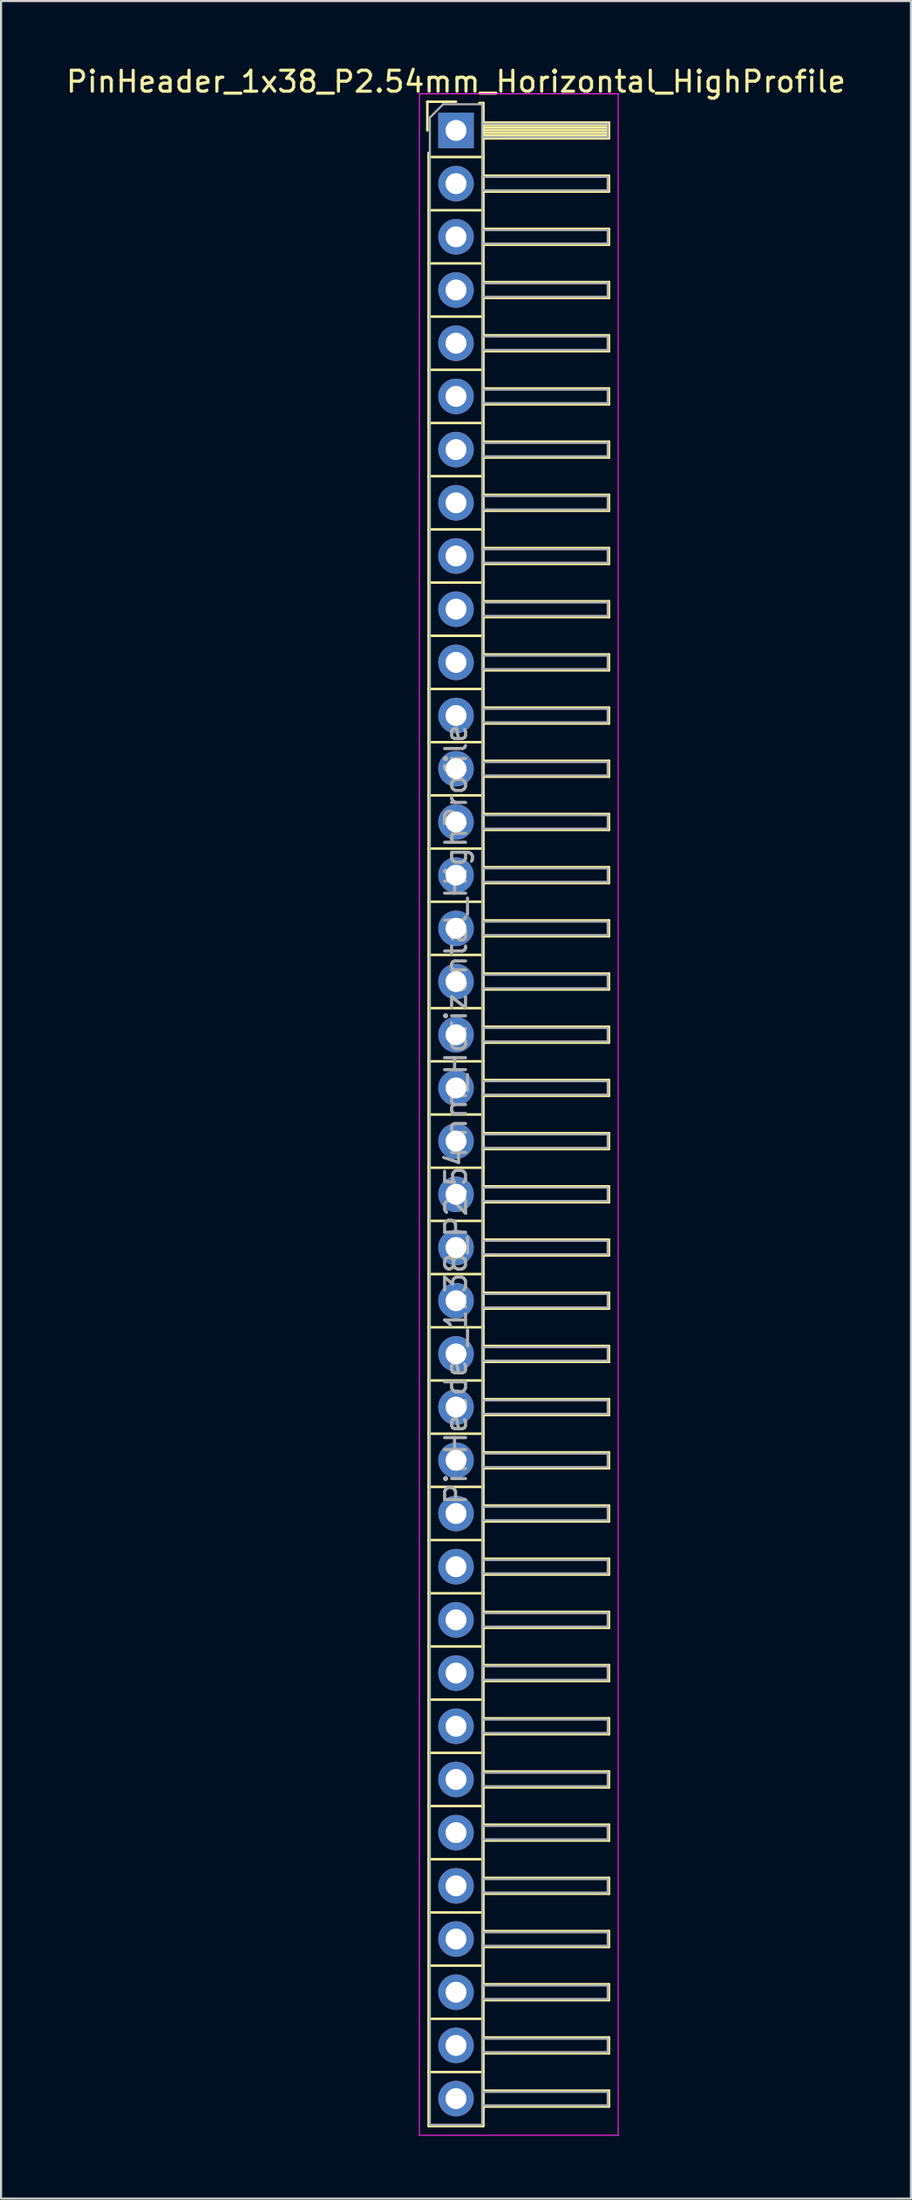
<source format=kicad_pcb>
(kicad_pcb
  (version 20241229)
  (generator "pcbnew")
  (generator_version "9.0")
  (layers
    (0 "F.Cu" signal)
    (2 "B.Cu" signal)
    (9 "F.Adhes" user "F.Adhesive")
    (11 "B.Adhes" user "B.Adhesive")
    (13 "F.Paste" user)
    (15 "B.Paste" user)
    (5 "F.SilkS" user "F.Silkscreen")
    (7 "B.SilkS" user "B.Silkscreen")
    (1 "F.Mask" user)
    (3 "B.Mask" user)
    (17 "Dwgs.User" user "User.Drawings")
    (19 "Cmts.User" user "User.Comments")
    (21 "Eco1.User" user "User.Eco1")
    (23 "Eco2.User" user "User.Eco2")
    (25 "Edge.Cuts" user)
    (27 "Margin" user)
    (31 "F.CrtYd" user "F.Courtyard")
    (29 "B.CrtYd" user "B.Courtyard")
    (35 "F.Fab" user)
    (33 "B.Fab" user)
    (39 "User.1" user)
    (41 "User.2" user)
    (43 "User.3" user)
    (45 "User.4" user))
  (footprint "PinHeader_1x38_P2.54mm_Horizontal_HighProfile"
    (layer "F.Cu")
    (at 18.744 3.178)
    (property "Reference" "PinHeader_1x38_P2.54mm_Horizontal_HighProfile" (at 0 -2.33 0) (layer "F.SilkS") (effects (font (size 1 1) (thickness 0.15))))
    (attr through_hole)
    (fp_line (start -1.37 -1.37) (end -1.37 0) (stroke (width 0.12) (type solid)) (layer "F.SilkS"))
    (fp_line (start -1.37 -1.37) (end 0 -1.37) (stroke (width 0.12) (type solid)) (layer "F.SilkS"))
    (fp_line (start -1.31 1.27) (end -1.31 1.07) (stroke (width 0.12) (type solid)) (layer "F.SilkS"))
    (fp_line (start -1.31 1.27) (end -1.31 3.81) (stroke (width 0.12) (type solid)) (layer "F.SilkS"))
    (fp_line (start -1.31 1.27) (end 1.31 1.27) (stroke (width 0.12) (type solid)) (layer "F.SilkS"))
    (fp_line (start -1.31 3.81) (end -1.31 6.35) (stroke (width 0.12) (type solid)) (layer "F.SilkS"))
    (fp_line (start -1.31 3.81) (end 1.31 3.81) (stroke (width 0.12) (type solid)) (layer "F.SilkS"))
    (fp_line (start -1.31 6.35) (end -1.31 8.89) (stroke (width 0.12) (type solid)) (layer "F.SilkS"))
    (fp_line (start -1.31 6.35) (end 1.31 6.35) (stroke (width 0.12) (type solid)) (layer "F.SilkS"))
    (fp_line (start -1.31 8.89) (end -1.31 11.43) (stroke (width 0.12) (type solid)) (layer "F.SilkS"))
    (fp_line (start -1.31 8.89) (end 1.31 8.89) (stroke (width 0.12) (type solid)) (layer "F.SilkS"))
    (fp_line (start -1.31 11.43) (end -1.31 13.97) (stroke (width 0.12) (type solid)) (layer "F.SilkS"))
    (fp_line (start -1.31 11.43) (end 1.31 11.43) (stroke (width 0.12) (type solid)) (layer "F.SilkS"))
    (fp_line (start -1.31 13.97) (end -1.31 16.51) (stroke (width 0.12) (type solid)) (layer "F.SilkS"))
    (fp_line (start -1.31 13.97) (end 1.31 13.97) (stroke (width 0.12) (type solid)) (layer "F.SilkS"))
    (fp_line (start -1.31 16.51) (end -1.31 19.05) (stroke (width 0.12) (type solid)) (layer "F.SilkS"))
    (fp_line (start -1.31 16.51) (end 1.31 16.51) (stroke (width 0.12) (type solid)) (layer "F.SilkS"))
    (fp_line (start -1.31 19.05) (end -1.31 21.59) (stroke (width 0.12) (type solid)) (layer "F.SilkS"))
    (fp_line (start -1.31 19.05) (end 1.31 19.05) (stroke (width 0.12) (type solid)) (layer "F.SilkS"))
    (fp_line (start -1.31 21.59) (end -1.31 24.13) (stroke (width 0.12) (type solid)) (layer "F.SilkS"))
    (fp_line (start -1.31 21.59) (end 1.31 21.59) (stroke (width 0.12) (type solid)) (layer "F.SilkS"))
    (fp_line (start -1.31 24.13) (end -1.31 26.67) (stroke (width 0.12) (type solid)) (layer "F.SilkS"))
    (fp_line (start -1.31 24.13) (end 1.31 24.13) (stroke (width 0.12) (type solid)) (layer "F.SilkS"))
    (fp_line (start -1.31 26.67) (end -1.31 29.21) (stroke (width 0.12) (type solid)) (layer "F.SilkS"))
    (fp_line (start -1.31 26.67) (end 1.31 26.67) (stroke (width 0.12) (type solid)) (layer "F.SilkS"))
    (fp_line (start -1.31 29.21) (end -1.31 31.75) (stroke (width 0.12) (type solid)) (layer "F.SilkS"))
    (fp_line (start -1.31 29.21) (end 1.31 29.21) (stroke (width 0.12) (type solid)) (layer "F.SilkS"))
    (fp_line (start -1.31 31.75) (end -1.31 34.29) (stroke (width 0.12) (type solid)) (layer "F.SilkS"))
    (fp_line (start -1.31 31.75) (end 1.31 31.75) (stroke (width 0.12) (type solid)) (layer "F.SilkS"))
    (fp_line (start -1.31 34.29) (end -1.31 36.83) (stroke (width 0.12) (type solid)) (layer "F.SilkS"))
    (fp_line (start -1.31 34.29) (end 1.31 34.29) (stroke (width 0.12) (type solid)) (layer "F.SilkS"))
    (fp_line (start -1.31 36.83) (end -1.31 39.37) (stroke (width 0.12) (type solid)) (layer "F.SilkS"))
    (fp_line (start -1.31 36.83) (end 1.31 36.83) (stroke (width 0.12) (type solid)) (layer "F.SilkS"))
    (fp_line (start -1.31 39.37) (end -1.31 41.91) (stroke (width 0.12) (type solid)) (layer "F.SilkS"))
    (fp_line (start -1.31 39.37) (end 1.31 39.37) (stroke (width 0.12) (type solid)) (layer "F.SilkS"))
    (fp_line (start -1.31 41.91) (end -1.31 44.45) (stroke (width 0.12) (type solid)) (layer "F.SilkS"))
    (fp_line (start -1.31 41.91) (end 1.31 41.91) (stroke (width 0.12) (type solid)) (layer "F.SilkS"))
    (fp_line (start -1.31 44.45) (end -1.31 46.99) (stroke (width 0.12) (type solid)) (layer "F.SilkS"))
    (fp_line (start -1.31 44.45) (end 1.31 44.45) (stroke (width 0.12) (type solid)) (layer "F.SilkS"))
    (fp_line (start -1.31 46.99) (end -1.31 49.53) (stroke (width 0.12) (type solid)) (layer "F.SilkS"))
    (fp_line (start -1.31 46.99) (end 1.31 46.99) (stroke (width 0.12) (type solid)) (layer "F.SilkS"))
    (fp_line (start -1.31 49.53) (end -1.31 52.07) (stroke (width 0.12) (type solid)) (layer "F.SilkS"))
    (fp_line (start -1.31 49.53) (end 1.31 49.53) (stroke (width 0.12) (type solid)) (layer "F.SilkS"))
    (fp_line (start -1.31 52.07) (end -1.31 54.61) (stroke (width 0.12) (type solid)) (layer "F.SilkS"))
    (fp_line (start -1.31 52.07) (end 1.31 52.07) (stroke (width 0.12) (type solid)) (layer "F.SilkS"))
    (fp_line (start -1.31 54.61) (end -1.31 57.15) (stroke (width 0.12) (type solid)) (layer "F.SilkS"))
    (fp_line (start -1.31 54.61) (end 1.31 54.61) (stroke (width 0.12) (type solid)) (layer "F.SilkS"))
    (fp_line (start -1.31 57.15) (end -1.31 59.69) (stroke (width 0.12) (type solid)) (layer "F.SilkS"))
    (fp_line (start -1.31 57.15) (end 1.31 57.15) (stroke (width 0.12) (type solid)) (layer "F.SilkS"))
    (fp_line (start -1.31 59.69) (end -1.31 62.23) (stroke (width 0.12) (type solid)) (layer "F.SilkS"))
    (fp_line (start -1.31 59.69) (end 1.31 59.69) (stroke (width 0.12) (type solid)) (layer "F.SilkS"))
    (fp_line (start -1.31 62.23) (end -1.31 64.77) (stroke (width 0.12) (type solid)) (layer "F.SilkS"))
    (fp_line (start -1.31 62.23) (end 1.31 62.23) (stroke (width 0.12) (type solid)) (layer "F.SilkS"))
    (fp_line (start -1.31 64.77) (end -1.31 67.31) (stroke (width 0.12) (type solid)) (layer "F.SilkS"))
    (fp_line (start -1.31 64.77) (end 1.31 64.77) (stroke (width 0.12) (type solid)) (layer "F.SilkS"))
    (fp_line (start -1.31 67.31) (end -1.31 69.85) (stroke (width 0.12) (type solid)) (layer "F.SilkS"))
    (fp_line (start -1.31 67.31) (end 1.31 67.31) (stroke (width 0.12) (type solid)) (layer "F.SilkS"))
    (fp_line (start -1.31 69.85) (end -1.31 72.39) (stroke (width 0.12) (type solid)) (layer "F.SilkS"))
    (fp_line (start -1.31 69.85) (end 1.31 69.85) (stroke (width 0.12) (type solid)) (layer "F.SilkS"))
    (fp_line (start -1.31 72.39) (end -1.31 74.93) (stroke (width 0.12) (type solid)) (layer "F.SilkS"))
    (fp_line (start -1.31 72.39) (end 1.31 72.39) (stroke (width 0.12) (type solid)) (layer "F.SilkS"))
    (fp_line (start -1.31 74.93) (end -1.31 77.47) (stroke (width 0.12) (type solid)) (layer "F.SilkS"))
    (fp_line (start -1.31 74.93) (end 1.31 74.93) (stroke (width 0.12) (type solid)) (layer "F.SilkS"))
    (fp_line (start -1.31 77.47) (end -1.31 80.01) (stroke (width 0.12) (type solid)) (layer "F.SilkS"))
    (fp_line (start -1.31 77.47) (end 1.31 77.47) (stroke (width 0.12) (type solid)) (layer "F.SilkS"))
    (fp_line (start -1.31 80.01) (end -1.31 82.55) (stroke (width 0.12) (type solid)) (layer "F.SilkS"))
    (fp_line (start -1.31 80.01) (end 1.31 80.01) (stroke (width 0.12) (type solid)) (layer "F.SilkS"))
    (fp_line (start -1.31 82.55) (end -1.31 85.09) (stroke (width 0.12) (type solid)) (layer "F.SilkS"))
    (fp_line (start -1.31 82.55) (end 1.31 82.55) (stroke (width 0.12) (type solid)) (layer "F.SilkS"))
    (fp_line (start -1.31 85.09) (end -1.31 87.63) (stroke (width 0.12) (type solid)) (layer "F.SilkS"))
    (fp_line (start -1.31 85.09) (end 1.31 85.09) (stroke (width 0.12) (type solid)) (layer "F.SilkS"))
    (fp_line (start -1.31 87.63) (end -1.31 90.17) (stroke (width 0.12) (type solid)) (layer "F.SilkS"))
    (fp_line (start -1.31 87.63) (end 1.31 87.63) (stroke (width 0.12) (type solid)) (layer "F.SilkS"))
    (fp_line (start -1.31 90.17) (end -1.31 92.71) (stroke (width 0.12) (type solid)) (layer "F.SilkS"))
    (fp_line (start -1.31 90.17) (end 1.31 90.17) (stroke (width 0.12) (type solid)) (layer "F.SilkS"))
    (fp_line (start -1.31 92.71) (end -1.31 95.29) (stroke (width 0.12) (type solid)) (layer "F.SilkS"))
    (fp_line (start -1.31 92.71) (end 1.31 92.71) (stroke (width 0.12) (type solid)) (layer "F.SilkS"))
    (fp_line (start -1.31 95.29) (end 1.31 95.29) (stroke (width 0.12) (type solid)) (layer "F.SilkS"))
    (fp_line (start 1.11 -1.31) (end 1.31 -1.31) (stroke (width 0.12) (type solid)) (layer "F.SilkS"))
    (fp_line (start 1.31 -1.31) (end 1.31 1.31) (stroke (width 0.12) (type solid)) (layer "F.SilkS"))
    (fp_line (start 1.31 -0.38) (end 7.31 -0.38) (stroke (width 0.12) (type solid)) (layer "F.SilkS"))
    (fp_line (start 1.31 -0.26) (end 7.31 -0.26) (stroke (width 0.12) (type solid)) (layer "F.SilkS"))
    (fp_line (start 1.31 -0.14) (end 7.31 -0.14) (stroke (width 0.12) (type solid)) (layer "F.SilkS"))
    (fp_line (start 1.31 -0.02) (end 7.31 -0.02) (stroke (width 0.12) (type solid)) (layer "F.SilkS"))
    (fp_line (start 1.31 0.1) (end 7.31 0.1) (stroke (width 0.12) (type solid)) (layer "F.SilkS"))
    (fp_line (start 1.31 0.22) (end 7.31 0.22) (stroke (width 0.12) (type solid)) (layer "F.SilkS"))
    (fp_line (start 1.31 0.34) (end 7.31 0.34) (stroke (width 0.12) (type solid)) (layer "F.SilkS"))
    (fp_line (start 1.31 0.38) (end 7.31 0.38) (stroke (width 0.12) (type solid)) (layer "F.SilkS"))
    (fp_line (start 1.31 1.27) (end 1.31 3.81) (stroke (width 0.12) (type solid)) (layer "F.SilkS"))
    (fp_line (start 1.31 2.16) (end 7.31 2.16) (stroke (width 0.12) (type solid)) (layer "F.SilkS"))
    (fp_line (start 1.31 2.92) (end 7.31 2.92) (stroke (width 0.12) (type solid)) (layer "F.SilkS"))
    (fp_line (start 1.31 3.81) (end 1.31 6.35) (stroke (width 0.12) (type solid)) (layer "F.SilkS"))
    (fp_line (start 1.31 4.7) (end 7.31 4.7) (stroke (width 0.12) (type solid)) (layer "F.SilkS"))
    (fp_line (start 1.31 5.46) (end 7.31 5.46) (stroke (width 0.12) (type solid)) (layer "F.SilkS"))
    (fp_line (start 1.31 6.35) (end 1.31 8.89) (stroke (width 0.12) (type solid)) (layer "F.SilkS"))
    (fp_line (start 1.31 7.24) (end 7.31 7.24) (stroke (width 0.12) (type solid)) (layer "F.SilkS"))
    (fp_line (start 1.31 8) (end 7.31 8) (stroke (width 0.12) (type solid)) (layer "F.SilkS"))
    (fp_line (start 1.31 8.89) (end 1.31 11.43) (stroke (width 0.12) (type solid)) (layer "F.SilkS"))
    (fp_line (start 1.31 9.78) (end 7.31 9.78) (stroke (width 0.12) (type solid)) (layer "F.SilkS"))
    (fp_line (start 1.31 10.54) (end 7.31 10.54) (stroke (width 0.12) (type solid)) (layer "F.SilkS"))
    (fp_line (start 1.31 11.43) (end 1.31 13.97) (stroke (width 0.12) (type solid)) (layer "F.SilkS"))
    (fp_line (start 1.31 12.32) (end 7.31 12.32) (stroke (width 0.12) (type solid)) (layer "F.SilkS"))
    (fp_line (start 1.31 13.08) (end 7.31 13.08) (stroke (width 0.12) (type solid)) (layer "F.SilkS"))
    (fp_line (start 1.31 13.97) (end 1.31 16.51) (stroke (width 0.12) (type solid)) (layer "F.SilkS"))
    (fp_line (start 1.31 14.86) (end 7.31 14.86) (stroke (width 0.12) (type solid)) (layer "F.SilkS"))
    (fp_line (start 1.31 15.62) (end 7.31 15.62) (stroke (width 0.12) (type solid)) (layer "F.SilkS"))
    (fp_line (start 1.31 16.51) (end 1.31 19.05) (stroke (width 0.12) (type solid)) (layer "F.SilkS"))
    (fp_line (start 1.31 17.4) (end 7.31 17.4) (stroke (width 0.12) (type solid)) (layer "F.SilkS"))
    (fp_line (start 1.31 18.16) (end 7.31 18.16) (stroke (width 0.12) (type solid)) (layer "F.SilkS"))
    (fp_line (start 1.31 19.05) (end 1.31 21.59) (stroke (width 0.12) (type solid)) (layer "F.SilkS"))
    (fp_line (start 1.31 19.94) (end 7.31 19.94) (stroke (width 0.12) (type solid)) (layer "F.SilkS"))
    (fp_line (start 1.31 20.7) (end 7.31 20.7) (stroke (width 0.12) (type solid)) (layer "F.SilkS"))
    (fp_line (start 1.31 21.59) (end 1.31 24.13) (stroke (width 0.12) (type solid)) (layer "F.SilkS"))
    (fp_line (start 1.31 22.48) (end 7.31 22.48) (stroke (width 0.12) (type solid)) (layer "F.SilkS"))
    (fp_line (start 1.31 23.24) (end 7.31 23.24) (stroke (width 0.12) (type solid)) (layer "F.SilkS"))
    (fp_line (start 1.31 24.13) (end 1.31 26.67) (stroke (width 0.12) (type solid)) (layer "F.SilkS"))
    (fp_line (start 1.31 25.02) (end 7.31 25.02) (stroke (width 0.12) (type solid)) (layer "F.SilkS"))
    (fp_line (start 1.31 25.78) (end 7.31 25.78) (stroke (width 0.12) (type solid)) (layer "F.SilkS"))
    (fp_line (start 1.31 26.67) (end 1.31 29.21) (stroke (width 0.12) (type solid)) (layer "F.SilkS"))
    (fp_line (start 1.31 27.56) (end 7.31 27.56) (stroke (width 0.12) (type solid)) (layer "F.SilkS"))
    (fp_line (start 1.31 28.32) (end 7.31 28.32) (stroke (width 0.12) (type solid)) (layer "F.SilkS"))
    (fp_line (start 1.31 29.21) (end 1.31 31.75) (stroke (width 0.12) (type solid)) (layer "F.SilkS"))
    (fp_line (start 1.31 30.1) (end 7.31 30.1) (stroke (width 0.12) (type solid)) (layer "F.SilkS"))
    (fp_line (start 1.31 30.86) (end 7.31 30.86) (stroke (width 0.12) (type solid)) (layer "F.SilkS"))
    (fp_line (start 1.31 31.75) (end 1.31 34.29) (stroke (width 0.12) (type solid)) (layer "F.SilkS"))
    (fp_line (start 1.31 32.64) (end 7.31 32.64) (stroke (width 0.12) (type solid)) (layer "F.SilkS"))
    (fp_line (start 1.31 33.4) (end 7.31 33.4) (stroke (width 0.12) (type solid)) (layer "F.SilkS"))
    (fp_line (start 1.31 34.29) (end 1.31 36.83) (stroke (width 0.12) (type solid)) (layer "F.SilkS"))
    (fp_line (start 1.31 35.18) (end 7.31 35.18) (stroke (width 0.12) (type solid)) (layer "F.SilkS"))
    (fp_line (start 1.31 35.94) (end 7.31 35.94) (stroke (width 0.12) (type solid)) (layer "F.SilkS"))
    (fp_line (start 1.31 36.83) (end 1.31 39.37) (stroke (width 0.12) (type solid)) (layer "F.SilkS"))
    (fp_line (start 1.31 37.72) (end 7.31 37.72) (stroke (width 0.12) (type solid)) (layer "F.SilkS"))
    (fp_line (start 1.31 38.48) (end 7.31 38.48) (stroke (width 0.12) (type solid)) (layer "F.SilkS"))
    (fp_line (start 1.31 39.37) (end 1.31 41.91) (stroke (width 0.12) (type solid)) (layer "F.SilkS"))
    (fp_line (start 1.31 40.26) (end 7.31 40.26) (stroke (width 0.12) (type solid)) (layer "F.SilkS"))
    (fp_line (start 1.31 41.02) (end 7.31 41.02) (stroke (width 0.12) (type solid)) (layer "F.SilkS"))
    (fp_line (start 1.31 41.91) (end 1.31 44.45) (stroke (width 0.12) (type solid)) (layer "F.SilkS"))
    (fp_line (start 1.31 42.8) (end 7.31 42.8) (stroke (width 0.12) (type solid)) (layer "F.SilkS"))
    (fp_line (start 1.31 43.56) (end 7.31 43.56) (stroke (width 0.12) (type solid)) (layer "F.SilkS"))
    (fp_line (start 1.31 44.45) (end 1.31 46.99) (stroke (width 0.12) (type solid)) (layer "F.SilkS"))
    (fp_line (start 1.31 45.34) (end 7.31 45.34) (stroke (width 0.12) (type solid)) (layer "F.SilkS"))
    (fp_line (start 1.31 46.1) (end 7.31 46.1) (stroke (width 0.12) (type solid)) (layer "F.SilkS"))
    (fp_line (start 1.31 46.99) (end 1.31 49.53) (stroke (width 0.12) (type solid)) (layer "F.SilkS"))
    (fp_line (start 1.31 47.88) (end 7.31 47.88) (stroke (width 0.12) (type solid)) (layer "F.SilkS"))
    (fp_line (start 1.31 48.64) (end 7.31 48.64) (stroke (width 0.12) (type solid)) (layer "F.SilkS"))
    (fp_line (start 1.31 49.53) (end 1.31 52.07) (stroke (width 0.12) (type solid)) (layer "F.SilkS"))
    (fp_line (start 1.31 50.42) (end 7.31 50.42) (stroke (width 0.12) (type solid)) (layer "F.SilkS"))
    (fp_line (start 1.31 51.18) (end 7.31 51.18) (stroke (width 0.12) (type solid)) (layer "F.SilkS"))
    (fp_line (start 1.31 52.07) (end 1.31 54.61) (stroke (width 0.12) (type solid)) (layer "F.SilkS"))
    (fp_line (start 1.31 52.96) (end 7.31 52.96) (stroke (width 0.12) (type solid)) (layer "F.SilkS"))
    (fp_line (start 1.31 53.72) (end 7.31 53.72) (stroke (width 0.12) (type solid)) (layer "F.SilkS"))
    (fp_line (start 1.31 54.61) (end 1.31 57.15) (stroke (width 0.12) (type solid)) (layer "F.SilkS"))
    (fp_line (start 1.31 55.5) (end 7.31 55.5) (stroke (width 0.12) (type solid)) (layer "F.SilkS"))
    (fp_line (start 1.31 56.26) (end 7.31 56.26) (stroke (width 0.12) (type solid)) (layer "F.SilkS"))
    (fp_line (start 1.31 57.15) (end 1.31 59.69) (stroke (width 0.12) (type solid)) (layer "F.SilkS"))
    (fp_line (start 1.31 58.04) (end 7.31 58.04) (stroke (width 0.12) (type solid)) (layer "F.SilkS"))
    (fp_line (start 1.31 58.8) (end 7.31 58.8) (stroke (width 0.12) (type solid)) (layer "F.SilkS"))
    (fp_line (start 1.31 59.69) (end 1.31 62.23) (stroke (width 0.12) (type solid)) (layer "F.SilkS"))
    (fp_line (start 1.31 60.58) (end 7.31 60.58) (stroke (width 0.12) (type solid)) (layer "F.SilkS"))
    (fp_line (start 1.31 61.34) (end 7.31 61.34) (stroke (width 0.12) (type solid)) (layer "F.SilkS"))
    (fp_line (start 1.31 62.23) (end 1.31 64.77) (stroke (width 0.12) (type solid)) (layer "F.SilkS"))
    (fp_line (start 1.31 63.12) (end 7.31 63.12) (stroke (width 0.12) (type solid)) (layer "F.SilkS"))
    (fp_line (start 1.31 63.88) (end 7.31 63.88) (stroke (width 0.12) (type solid)) (layer "F.SilkS"))
    (fp_line (start 1.31 64.77) (end 1.31 67.31) (stroke (width 0.12) (type solid)) (layer "F.SilkS"))
    (fp_line (start 1.31 65.66) (end 7.31 65.66) (stroke (width 0.12) (type solid)) (layer "F.SilkS"))
    (fp_line (start 1.31 66.42) (end 7.31 66.42) (stroke (width 0.12) (type solid)) (layer "F.SilkS"))
    (fp_line (start 1.31 67.31) (end 1.31 69.85) (stroke (width 0.12) (type solid)) (layer "F.SilkS"))
    (fp_line (start 1.31 68.2) (end 7.31 68.2) (stroke (width 0.12) (type solid)) (layer "F.SilkS"))
    (fp_line (start 1.31 68.96) (end 7.31 68.96) (stroke (width 0.12) (type solid)) (layer "F.SilkS"))
    (fp_line (start 1.31 69.85) (end 1.31 72.39) (stroke (width 0.12) (type solid)) (layer "F.SilkS"))
    (fp_line (start 1.31 70.74) (end 7.31 70.74) (stroke (width 0.12) (type solid)) (layer "F.SilkS"))
    (fp_line (start 1.31 71.5) (end 7.31 71.5) (stroke (width 0.12) (type solid)) (layer "F.SilkS"))
    (fp_line (start 1.31 72.39) (end 1.31 74.93) (stroke (width 0.12) (type solid)) (layer "F.SilkS"))
    (fp_line (start 1.31 73.28) (end 7.31 73.28) (stroke (width 0.12) (type solid)) (layer "F.SilkS"))
    (fp_line (start 1.31 74.04) (end 7.31 74.04) (stroke (width 0.12) (type solid)) (layer "F.SilkS"))
    (fp_line (start 1.31 74.93) (end 1.31 77.47) (stroke (width 0.12) (type solid)) (layer "F.SilkS"))
    (fp_line (start 1.31 75.82) (end 7.31 75.82) (stroke (width 0.12) (type solid)) (layer "F.SilkS"))
    (fp_line (start 1.31 76.58) (end 7.31 76.58) (stroke (width 0.12) (type solid)) (layer "F.SilkS"))
    (fp_line (start 1.31 77.47) (end 1.31 80.01) (stroke (width 0.12) (type solid)) (layer "F.SilkS"))
    (fp_line (start 1.31 78.36) (end 7.31 78.36) (stroke (width 0.12) (type solid)) (layer "F.SilkS"))
    (fp_line (start 1.31 79.12) (end 7.31 79.12) (stroke (width 0.12) (type solid)) (layer "F.SilkS"))
    (fp_line (start 1.31 80.01) (end 1.31 82.55) (stroke (width 0.12) (type solid)) (layer "F.SilkS"))
    (fp_line (start 1.31 80.9) (end 7.31 80.9) (stroke (width 0.12) (type solid)) (layer "F.SilkS"))
    (fp_line (start 1.31 81.66) (end 7.31 81.66) (stroke (width 0.12) (type solid)) (layer "F.SilkS"))
    (fp_line (start 1.31 82.55) (end 1.31 85.09) (stroke (width 0.12) (type solid)) (layer "F.SilkS"))
    (fp_line (start 1.31 83.44) (end 7.31 83.44) (stroke (width 0.12) (type solid)) (layer "F.SilkS"))
    (fp_line (start 1.31 84.2) (end 7.31 84.2) (stroke (width 0.12) (type solid)) (layer "F.SilkS"))
    (fp_line (start 1.31 85.09) (end 1.31 87.63) (stroke (width 0.12) (type solid)) (layer "F.SilkS"))
    (fp_line (start 1.31 85.98) (end 7.31 85.98) (stroke (width 0.12) (type solid)) (layer "F.SilkS"))
    (fp_line (start 1.31 86.74) (end 7.31 86.74) (stroke (width 0.12) (type solid)) (layer "F.SilkS"))
    (fp_line (start 1.31 87.63) (end 1.31 90.17) (stroke (width 0.12) (type solid)) (layer "F.SilkS"))
    (fp_line (start 1.31 88.52) (end 7.31 88.52) (stroke (width 0.12) (type solid)) (layer "F.SilkS"))
    (fp_line (start 1.31 89.28) (end 7.31 89.28) (stroke (width 0.12) (type solid)) (layer "F.SilkS"))
    (fp_line (start 1.31 90.17) (end 1.31 92.71) (stroke (width 0.12) (type solid)) (layer "F.SilkS"))
    (fp_line (start 1.31 91.06) (end 7.31 91.06) (stroke (width 0.12) (type solid)) (layer "F.SilkS"))
    (fp_line (start 1.31 91.82) (end 7.31 91.82) (stroke (width 0.12) (type solid)) (layer "F.SilkS"))
    (fp_line (start 1.31 92.71) (end 1.31 95.29) (stroke (width 0.12) (type solid)) (layer "F.SilkS"))
    (fp_line (start 1.31 93.6) (end 7.31 93.6) (stroke (width 0.12) (type solid)) (layer "F.SilkS"))
    (fp_line (start 1.31 94.36) (end 7.31 94.36) (stroke (width 0.12) (type solid)) (layer "F.SilkS"))
    (fp_line (start 7.31 -0.38) (end 7.31 0.38) (stroke (width 0.12) (type solid)) (layer "F.SilkS"))
    (fp_line (start 7.31 2.16) (end 7.31 2.92) (stroke (width 0.12) (type solid)) (layer "F.SilkS"))
    (fp_line (start 7.31 4.7) (end 7.31 5.46) (stroke (width 0.12) (type solid)) (layer "F.SilkS"))
    (fp_line (start 7.31 7.24) (end 7.31 8) (stroke (width 0.12) (type solid)) (layer "F.SilkS"))
    (fp_line (start 7.31 9.78) (end 7.31 10.54) (stroke (width 0.12) (type solid)) (layer "F.SilkS"))
    (fp_line (start 7.31 12.32) (end 7.31 13.08) (stroke (width 0.12) (type solid)) (layer "F.SilkS"))
    (fp_line (start 7.31 14.86) (end 7.31 15.62) (stroke (width 0.12) (type solid)) (layer "F.SilkS"))
    (fp_line (start 7.31 17.4) (end 7.31 18.16) (stroke (width 0.12) (type solid)) (layer "F.SilkS"))
    (fp_line (start 7.31 19.94) (end 7.31 20.7) (stroke (width 0.12) (type solid)) (layer "F.SilkS"))
    (fp_line (start 7.31 22.48) (end 7.31 23.24) (stroke (width 0.12) (type solid)) (layer "F.SilkS"))
    (fp_line (start 7.31 25.02) (end 7.31 25.78) (stroke (width 0.12) (type solid)) (layer "F.SilkS"))
    (fp_line (start 7.31 27.56) (end 7.31 28.32) (stroke (width 0.12) (type solid)) (layer "F.SilkS"))
    (fp_line (start 7.31 30.1) (end 7.31 30.86) (stroke (width 0.12) (type solid)) (layer "F.SilkS"))
    (fp_line (start 7.31 32.64) (end 7.31 33.4) (stroke (width 0.12) (type solid)) (layer "F.SilkS"))
    (fp_line (start 7.31 35.18) (end 7.31 35.94) (stroke (width 0.12) (type solid)) (layer "F.SilkS"))
    (fp_line (start 7.31 37.72) (end 7.31 38.48) (stroke (width 0.12) (type solid)) (layer "F.SilkS"))
    (fp_line (start 7.31 40.26) (end 7.31 41.02) (stroke (width 0.12) (type solid)) (layer "F.SilkS"))
    (fp_line (start 7.31 42.8) (end 7.31 43.56) (stroke (width 0.12) (type solid)) (layer "F.SilkS"))
    (fp_line (start 7.31 45.34) (end 7.31 46.1) (stroke (width 0.12) (type solid)) (layer "F.SilkS"))
    (fp_line (start 7.31 47.88) (end 7.31 48.64) (stroke (width 0.12) (type solid)) (layer "F.SilkS"))
    (fp_line (start 7.31 50.42) (end 7.31 51.18) (stroke (width 0.12) (type solid)) (layer "F.SilkS"))
    (fp_line (start 7.31 52.96) (end 7.31 53.72) (stroke (width 0.12) (type solid)) (layer "F.SilkS"))
    (fp_line (start 7.31 55.5) (end 7.31 56.26) (stroke (width 0.12) (type solid)) (layer "F.SilkS"))
    (fp_line (start 7.31 58.04) (end 7.31 58.8) (stroke (width 0.12) (type solid)) (layer "F.SilkS"))
    (fp_line (start 7.31 60.58) (end 7.31 61.34) (stroke (width 0.12) (type solid)) (layer "F.SilkS"))
    (fp_line (start 7.31 63.12) (end 7.31 63.88) (stroke (width 0.12) (type solid)) (layer "F.SilkS"))
    (fp_line (start 7.31 65.66) (end 7.31 66.42) (stroke (width 0.12) (type solid)) (layer "F.SilkS"))
    (fp_line (start 7.31 68.2) (end 7.31 68.96) (stroke (width 0.12) (type solid)) (layer "F.SilkS"))
    (fp_line (start 7.31 70.74) (end 7.31 71.5) (stroke (width 0.12) (type solid)) (layer "F.SilkS"))
    (fp_line (start 7.31 73.28) (end 7.31 74.04) (stroke (width 0.12) (type solid)) (layer "F.SilkS"))
    (fp_line (start 7.31 75.82) (end 7.31 76.58) (stroke (width 0.12) (type solid)) (layer "F.SilkS"))
    (fp_line (start 7.31 78.36) (end 7.31 79.12) (stroke (width 0.12) (type solid)) (layer "F.SilkS"))
    (fp_line (start 7.31 80.9) (end 7.31 81.66) (stroke (width 0.12) (type solid)) (layer "F.SilkS"))
    (fp_line (start 7.31 83.44) (end 7.31 84.2) (stroke (width 0.12) (type solid)) (layer "F.SilkS"))
    (fp_line (start 7.31 85.98) (end 7.31 86.74) (stroke (width 0.12) (type solid)) (layer "F.SilkS"))
    (fp_line (start 7.31 88.52) (end 7.31 89.28) (stroke (width 0.12) (type solid)) (layer "F.SilkS"))
    (fp_line (start 7.31 91.06) (end 7.31 91.82) (stroke (width 0.12) (type solid)) (layer "F.SilkS"))
    (fp_line (start 7.31 93.6) (end 7.31 94.36) (stroke (width 0.12) (type solid)) (layer "F.SilkS"))
    (fp_line (start -1.75 -1.75) (end -1.75 95.73) (stroke (width 0.05) (type solid)) (layer "F.CrtYd"))
    (fp_line (start -1.75 -1.75) (end 7.75 -1.75) (stroke (width 0.05) (type solid)) (layer "F.CrtYd"))
    (fp_line (start -1.75 95.73) (end 7.75 95.73) (stroke (width 0.05) (type solid)) (layer "F.CrtYd"))
    (fp_line (start 7.75 -1.75) (end 7.75 95.73) (stroke (width 0.05) (type solid)) (layer "F.CrtYd"))
    (fp_line (start -1.25 -0.615) (end -1.25 95.23) (stroke (width 0.1) (type solid)) (layer "F.Fab"))
    (fp_line (start -1.25 -0.615) (end -0.615 -1.25) (stroke (width 0.1) (type solid)) (layer "F.Fab"))
    (fp_line (start -1.25 95.23) (end 1.25 95.23) (stroke (width 0.1) (type solid)) (layer "F.Fab"))
    (fp_line (start -0.615 -1.25) (end 1.25 -1.25) (stroke (width 0.1) (type solid)) (layer "F.Fab"))
    (fp_line (start 1.25 -1.25) (end 1.25 95.23) (stroke (width 0.1) (type solid)) (layer "F.Fab"))
    (fp_line (start 1.25 -0.32) (end 7.25 -0.32) (stroke (width 0.1) (type solid)) (layer "F.Fab"))
    (fp_line (start 1.25 0.32) (end 7.25 0.32) (stroke (width 0.1) (type solid)) (layer "F.Fab"))
    (fp_line (start 1.25 2.22) (end 7.25 2.22) (stroke (width 0.1) (type solid)) (layer "F.Fab"))
    (fp_line (start 1.25 2.86) (end 7.25 2.86) (stroke (width 0.1) (type solid)) (layer "F.Fab"))
    (fp_line (start 1.25 4.76) (end 7.25 4.76) (stroke (width 0.1) (type solid)) (layer "F.Fab"))
    (fp_line (start 1.25 5.4) (end 7.25 5.4) (stroke (width 0.1) (type solid)) (layer "F.Fab"))
    (fp_line (start 1.25 7.3) (end 7.25 7.3) (stroke (width 0.1) (type solid)) (layer "F.Fab"))
    (fp_line (start 1.25 7.94) (end 7.25 7.94) (stroke (width 0.1) (type solid)) (layer "F.Fab"))
    (fp_line (start 1.25 9.84) (end 7.25 9.84) (stroke (width 0.1) (type solid)) (layer "F.Fab"))
    (fp_line (start 1.25 10.48) (end 7.25 10.48) (stroke (width 0.1) (type solid)) (layer "F.Fab"))
    (fp_line (start 1.25 12.38) (end 7.25 12.38) (stroke (width 0.1) (type solid)) (layer "F.Fab"))
    (fp_line (start 1.25 13.02) (end 7.25 13.02) (stroke (width 0.1) (type solid)) (layer "F.Fab"))
    (fp_line (start 1.25 14.92) (end 7.25 14.92) (stroke (width 0.1) (type solid)) (layer "F.Fab"))
    (fp_line (start 1.25 15.56) (end 7.25 15.56) (stroke (width 0.1) (type solid)) (layer "F.Fab"))
    (fp_line (start 1.25 17.46) (end 7.25 17.46) (stroke (width 0.1) (type solid)) (layer "F.Fab"))
    (fp_line (start 1.25 18.1) (end 7.25 18.1) (stroke (width 0.1) (type solid)) (layer "F.Fab"))
    (fp_line (start 1.25 20) (end 7.25 20) (stroke (width 0.1) (type solid)) (layer "F.Fab"))
    (fp_line (start 1.25 20.64) (end 7.25 20.64) (stroke (width 0.1) (type solid)) (layer "F.Fab"))
    (fp_line (start 1.25 22.54) (end 7.25 22.54) (stroke (width 0.1) (type solid)) (layer "F.Fab"))
    (fp_line (start 1.25 23.18) (end 7.25 23.18) (stroke (width 0.1) (type solid)) (layer "F.Fab"))
    (fp_line (start 1.25 25.08) (end 7.25 25.08) (stroke (width 0.1) (type solid)) (layer "F.Fab"))
    (fp_line (start 1.25 25.72) (end 7.25 25.72) (stroke (width 0.1) (type solid)) (layer "F.Fab"))
    (fp_line (start 1.25 27.62) (end 7.25 27.62) (stroke (width 0.1) (type solid)) (layer "F.Fab"))
    (fp_line (start 1.25 28.26) (end 7.25 28.26) (stroke (width 0.1) (type solid)) (layer "F.Fab"))
    (fp_line (start 1.25 30.16) (end 7.25 30.16) (stroke (width 0.1) (type solid)) (layer "F.Fab"))
    (fp_line (start 1.25 30.8) (end 7.25 30.8) (stroke (width 0.1) (type solid)) (layer "F.Fab"))
    (fp_line (start 1.25 32.7) (end 7.25 32.7) (stroke (width 0.1) (type solid)) (layer "F.Fab"))
    (fp_line (start 1.25 33.34) (end 7.25 33.34) (stroke (width 0.1) (type solid)) (layer "F.Fab"))
    (fp_line (start 1.25 35.24) (end 7.25 35.24) (stroke (width 0.1) (type solid)) (layer "F.Fab"))
    (fp_line (start 1.25 35.88) (end 7.25 35.88) (stroke (width 0.1) (type solid)) (layer "F.Fab"))
    (fp_line (start 1.25 37.78) (end 7.25 37.78) (stroke (width 0.1) (type solid)) (layer "F.Fab"))
    (fp_line (start 1.25 38.42) (end 7.25 38.42) (stroke (width 0.1) (type solid)) (layer "F.Fab"))
    (fp_line (start 1.25 40.32) (end 7.25 40.32) (stroke (width 0.1) (type solid)) (layer "F.Fab"))
    (fp_line (start 1.25 40.96) (end 7.25 40.96) (stroke (width 0.1) (type solid)) (layer "F.Fab"))
    (fp_line (start 1.25 42.86) (end 7.25 42.86) (stroke (width 0.1) (type solid)) (layer "F.Fab"))
    (fp_line (start 1.25 43.5) (end 7.25 43.5) (stroke (width 0.1) (type solid)) (layer "F.Fab"))
    (fp_line (start 1.25 45.4) (end 7.25 45.4) (stroke (width 0.1) (type solid)) (layer "F.Fab"))
    (fp_line (start 1.25 46.04) (end 7.25 46.04) (stroke (width 0.1) (type solid)) (layer "F.Fab"))
    (fp_line (start 1.25 47.94) (end 7.25 47.94) (stroke (width 0.1) (type solid)) (layer "F.Fab"))
    (fp_line (start 1.25 48.58) (end 7.25 48.58) (stroke (width 0.1) (type solid)) (layer "F.Fab"))
    (fp_line (start 1.25 50.48) (end 7.25 50.48) (stroke (width 0.1) (type solid)) (layer "F.Fab"))
    (fp_line (start 1.25 51.12) (end 7.25 51.12) (stroke (width 0.1) (type solid)) (layer "F.Fab"))
    (fp_line (start 1.25 53.02) (end 7.25 53.02) (stroke (width 0.1) (type solid)) (layer "F.Fab"))
    (fp_line (start 1.25 53.66) (end 7.25 53.66) (stroke (width 0.1) (type solid)) (layer "F.Fab"))
    (fp_line (start 1.25 55.56) (end 7.25 55.56) (stroke (width 0.1) (type solid)) (layer "F.Fab"))
    (fp_line (start 1.25 56.2) (end 7.25 56.2) (stroke (width 0.1) (type solid)) (layer "F.Fab"))
    (fp_line (start 1.25 58.1) (end 7.25 58.1) (stroke (width 0.1) (type solid)) (layer "F.Fab"))
    (fp_line (start 1.25 58.74) (end 7.25 58.74) (stroke (width 0.1) (type solid)) (layer "F.Fab"))
    (fp_line (start 1.25 60.64) (end 7.25 60.64) (stroke (width 0.1) (type solid)) (layer "F.Fab"))
    (fp_line (start 1.25 61.28) (end 7.25 61.28) (stroke (width 0.1) (type solid)) (layer "F.Fab"))
    (fp_line (start 1.25 63.18) (end 7.25 63.18) (stroke (width 0.1) (type solid)) (layer "F.Fab"))
    (fp_line (start 1.25 63.82) (end 7.25 63.82) (stroke (width 0.1) (type solid)) (layer "F.Fab"))
    (fp_line (start 1.25 65.72) (end 7.25 65.72) (stroke (width 0.1) (type solid)) (layer "F.Fab"))
    (fp_line (start 1.25 66.36) (end 7.25 66.36) (stroke (width 0.1) (type solid)) (layer "F.Fab"))
    (fp_line (start 1.25 68.26) (end 7.25 68.26) (stroke (width 0.1) (type solid)) (layer "F.Fab"))
    (fp_line (start 1.25 68.9) (end 7.25 68.9) (stroke (width 0.1) (type solid)) (layer "F.Fab"))
    (fp_line (start 1.25 70.8) (end 7.25 70.8) (stroke (width 0.1) (type solid)) (layer "F.Fab"))
    (fp_line (start 1.25 71.44) (end 7.25 71.44) (stroke (width 0.1) (type solid)) (layer "F.Fab"))
    (fp_line (start 1.25 73.34) (end 7.25 73.34) (stroke (width 0.1) (type solid)) (layer "F.Fab"))
    (fp_line (start 1.25 73.98) (end 7.25 73.98) (stroke (width 0.1) (type solid)) (layer "F.Fab"))
    (fp_line (start 1.25 75.88) (end 7.25 75.88) (stroke (width 0.1) (type solid)) (layer "F.Fab"))
    (fp_line (start 1.25 76.52) (end 7.25 76.52) (stroke (width 0.1) (type solid)) (layer "F.Fab"))
    (fp_line (start 1.25 78.42) (end 7.25 78.42) (stroke (width 0.1) (type solid)) (layer "F.Fab"))
    (fp_line (start 1.25 79.06) (end 7.25 79.06) (stroke (width 0.1) (type solid)) (layer "F.Fab"))
    (fp_line (start 1.25 80.96) (end 7.25 80.96) (stroke (width 0.1) (type solid)) (layer "F.Fab"))
    (fp_line (start 1.25 81.6) (end 7.25 81.6) (stroke (width 0.1) (type solid)) (layer "F.Fab"))
    (fp_line (start 1.25 83.5) (end 7.25 83.5) (stroke (width 0.1) (type solid)) (layer "F.Fab"))
    (fp_line (start 1.25 84.14) (end 7.25 84.14) (stroke (width 0.1) (type solid)) (layer "F.Fab"))
    (fp_line (start 1.25 86.04) (end 7.25 86.04) (stroke (width 0.1) (type solid)) (layer "F.Fab"))
    (fp_line (start 1.25 86.68) (end 7.25 86.68) (stroke (width 0.1) (type solid)) (layer "F.Fab"))
    (fp_line (start 1.25 88.58) (end 7.25 88.58) (stroke (width 0.1) (type solid)) (layer "F.Fab"))
    (fp_line (start 1.25 89.22) (end 7.25 89.22) (stroke (width 0.1) (type solid)) (layer "F.Fab"))
    (fp_line (start 1.25 91.12) (end 7.25 91.12) (stroke (width 0.1) (type solid)) (layer "F.Fab"))
    (fp_line (start 1.25 91.76) (end 7.25 91.76) (stroke (width 0.1) (type solid)) (layer "F.Fab"))
    (fp_line (start 1.25 93.66) (end 7.25 93.66) (stroke (width 0.1) (type solid)) (layer "F.Fab"))
    (fp_line (start 1.25 94.3) (end 7.25 94.3) (stroke (width 0.1) (type solid)) (layer "F.Fab"))
    (fp_line (start 7.25 -0.32) (end 7.25 0.32) (stroke (width 0.1) (type solid)) (layer "F.Fab"))
    (fp_line (start 7.25 2.22) (end 7.25 2.86) (stroke (width 0.1) (type solid)) (layer "F.Fab"))
    (fp_line (start 7.25 4.76) (end 7.25 5.4) (stroke (width 0.1) (type solid)) (layer "F.Fab"))
    (fp_line (start 7.25 7.3) (end 7.25 7.94) (stroke (width 0.1) (type solid)) (layer "F.Fab"))
    (fp_line (start 7.25 9.84) (end 7.25 10.48) (stroke (width 0.1) (type solid)) (layer "F.Fab"))
    (fp_line (start 7.25 12.38) (end 7.25 13.02) (stroke (width 0.1) (type solid)) (layer "F.Fab"))
    (fp_line (start 7.25 14.92) (end 7.25 15.56) (stroke (width 0.1) (type solid)) (layer "F.Fab"))
    (fp_line (start 7.25 17.46) (end 7.25 18.1) (stroke (width 0.1) (type solid)) (layer "F.Fab"))
    (fp_line (start 7.25 20) (end 7.25 20.64) (stroke (width 0.1) (type solid)) (layer "F.Fab"))
    (fp_line (start 7.25 22.54) (end 7.25 23.18) (stroke (width 0.1) (type solid)) (layer "F.Fab"))
    (fp_line (start 7.25 25.08) (end 7.25 25.72) (stroke (width 0.1) (type solid)) (layer "F.Fab"))
    (fp_line (start 7.25 27.62) (end 7.25 28.26) (stroke (width 0.1) (type solid)) (layer "F.Fab"))
    (fp_line (start 7.25 30.16) (end 7.25 30.8) (stroke (width 0.1) (type solid)) (layer "F.Fab"))
    (fp_line (start 7.25 32.7) (end 7.25 33.34) (stroke (width 0.1) (type solid)) (layer "F.Fab"))
    (fp_line (start 7.25 35.24) (end 7.25 35.88) (stroke (width 0.1) (type solid)) (layer "F.Fab"))
    (fp_line (start 7.25 37.78) (end 7.25 38.42) (stroke (width 0.1) (type solid)) (layer "F.Fab"))
    (fp_line (start 7.25 40.32) (end 7.25 40.96) (stroke (width 0.1) (type solid)) (layer "F.Fab"))
    (fp_line (start 7.25 42.86) (end 7.25 43.5) (stroke (width 0.1) (type solid)) (layer "F.Fab"))
    (fp_line (start 7.25 45.4) (end 7.25 46.04) (stroke (width 0.1) (type solid)) (layer "F.Fab"))
    (fp_line (start 7.25 47.94) (end 7.25 48.58) (stroke (width 0.1) (type solid)) (layer "F.Fab"))
    (fp_line (start 7.25 50.48) (end 7.25 51.12) (stroke (width 0.1) (type solid)) (layer "F.Fab"))
    (fp_line (start 7.25 53.02) (end 7.25 53.66) (stroke (width 0.1) (type solid)) (layer "F.Fab"))
    (fp_line (start 7.25 55.56) (end 7.25 56.2) (stroke (width 0.1) (type solid)) (layer "F.Fab"))
    (fp_line (start 7.25 58.1) (end 7.25 58.74) (stroke (width 0.1) (type solid)) (layer "F.Fab"))
    (fp_line (start 7.25 60.64) (end 7.25 61.28) (stroke (width 0.1) (type solid)) (layer "F.Fab"))
    (fp_line (start 7.25 63.18) (end 7.25 63.82) (stroke (width 0.1) (type solid)) (layer "F.Fab"))
    (fp_line (start 7.25 65.72) (end 7.25 66.36) (stroke (width 0.1) (type solid)) (layer "F.Fab"))
    (fp_line (start 7.25 68.26) (end 7.25 68.9) (stroke (width 0.1) (type solid)) (layer "F.Fab"))
    (fp_line (start 7.25 70.8) (end 7.25 71.44) (stroke (width 0.1) (type solid)) (layer "F.Fab"))
    (fp_line (start 7.25 73.34) (end 7.25 73.98) (stroke (width 0.1) (type solid)) (layer "F.Fab"))
    (fp_line (start 7.25 75.88) (end 7.25 76.52) (stroke (width 0.1) (type solid)) (layer "F.Fab"))
    (fp_line (start 7.25 78.42) (end 7.25 79.06) (stroke (width 0.1) (type solid)) (layer "F.Fab"))
    (fp_line (start 7.25 80.96) (end 7.25 81.6) (stroke (width 0.1) (type solid)) (layer "F.Fab"))
    (fp_line (start 7.25 83.5) (end 7.25 84.14) (stroke (width 0.1) (type solid)) (layer "F.Fab"))
    (fp_line (start 7.25 86.04) (end 7.25 86.68) (stroke (width 0.1) (type solid)) (layer "F.Fab"))
    (fp_line (start 7.25 88.58) (end 7.25 89.22) (stroke (width 0.1) (type solid)) (layer "F.Fab"))
    (fp_line (start 7.25 91.12) (end 7.25 91.76) (stroke (width 0.1) (type solid)) (layer "F.Fab"))
    (fp_line (start 7.25 93.66) (end 7.25 94.3) (stroke (width 0.1) (type solid)) (layer "F.Fab"))
    (fp_text user "${REFERENCE}" (at 0 46.99 90) (layer "F.Fab") (effects (font (size 1 1) (thickness 0.15))))
    (pad "1" thru_hole rect (at 0 0) (size 1.7 1.7) (drill 1) (layers "*.Cu" "*.Mask"))
    (pad "2" thru_hole oval (at 0 2.54) (size 1.7 1.7) (drill 1) (layers "*.Cu" "*.Mask"))
    (pad "3" thru_hole oval (at 0 5.08) (size 1.7 1.7) (drill 1) (layers "*.Cu" "*.Mask"))
    (pad "4" thru_hole oval (at 0 7.62) (size 1.7 1.7) (drill 1) (layers "*.Cu" "*.Mask"))
    (pad "5" thru_hole oval (at 0 10.16) (size 1.7 1.7) (drill 1) (layers "*.Cu" "*.Mask"))
    (pad "6" thru_hole oval (at 0 12.7) (size 1.7 1.7) (drill 1) (layers "*.Cu" "*.Mask"))
    (pad "7" thru_hole oval (at 0 15.24) (size 1.7 1.7) (drill 1) (layers "*.Cu" "*.Mask"))
    (pad "8" thru_hole oval (at 0 17.78) (size 1.7 1.7) (drill 1) (layers "*.Cu" "*.Mask"))
    (pad "9" thru_hole oval (at 0 20.32) (size 1.7 1.7) (drill 1) (layers "*.Cu" "*.Mask"))
    (pad "10" thru_hole oval (at 0 22.86) (size 1.7 1.7) (drill 1) (layers "*.Cu" "*.Mask"))
    (pad "11" thru_hole oval (at 0 25.4) (size 1.7 1.7) (drill 1) (layers "*.Cu" "*.Mask"))
    (pad "12" thru_hole oval (at 0 27.94) (size 1.7 1.7) (drill 1) (layers "*.Cu" "*.Mask"))
    (pad "13" thru_hole oval (at 0 30.48) (size 1.7 1.7) (drill 1) (layers "*.Cu" "*.Mask"))
    (pad "14" thru_hole oval (at 0 33.02) (size 1.7 1.7) (drill 1) (layers "*.Cu" "*.Mask"))
    (pad "15" thru_hole oval (at 0 35.56) (size 1.7 1.7) (drill 1) (layers "*.Cu" "*.Mask"))
    (pad "16" thru_hole oval (at 0 38.1) (size 1.7 1.7) (drill 1) (layers "*.Cu" "*.Mask"))
    (pad "17" thru_hole oval (at 0 40.64) (size 1.7 1.7) (drill 1) (layers "*.Cu" "*.Mask"))
    (pad "18" thru_hole oval (at 0 43.18) (size 1.7 1.7) (drill 1) (layers "*.Cu" "*.Mask"))
    (pad "19" thru_hole oval (at 0 45.72) (size 1.7 1.7) (drill 1) (layers "*.Cu" "*.Mask"))
    (pad "20" thru_hole oval (at 0 48.26) (size 1.7 1.7) (drill 1) (layers "*.Cu" "*.Mask"))
    (pad "21" thru_hole oval (at 0 50.8) (size 1.7 1.7) (drill 1) (layers "*.Cu" "*.Mask"))
    (pad "22" thru_hole oval (at 0 53.34) (size 1.7 1.7) (drill 1) (layers "*.Cu" "*.Mask"))
    (pad "23" thru_hole oval (at 0 55.88) (size 1.7 1.7) (drill 1) (layers "*.Cu" "*.Mask"))
    (pad "24" thru_hole oval (at 0 58.42) (size 1.7 1.7) (drill 1) (layers "*.Cu" "*.Mask"))
    (pad "25" thru_hole oval (at 0 60.96) (size 1.7 1.7) (drill 1) (layers "*.Cu" "*.Mask"))
    (pad "26" thru_hole oval (at 0 63.5) (size 1.7 1.7) (drill 1) (layers "*.Cu" "*.Mask"))
    (pad "27" thru_hole oval (at 0 66.04) (size 1.7 1.7) (drill 1) (layers "*.Cu" "*.Mask"))
    (pad "28" thru_hole oval (at 0 68.58) (size 1.7 1.7) (drill 1) (layers "*.Cu" "*.Mask"))
    (pad "29" thru_hole oval (at 0 71.12) (size 1.7 1.7) (drill 1) (layers "*.Cu" "*.Mask"))
    (pad "30" thru_hole oval (at 0 73.66) (size 1.7 1.7) (drill 1) (layers "*.Cu" "*.Mask"))
    (pad "31" thru_hole oval (at 0 76.2) (size 1.7 1.7) (drill 1) (layers "*.Cu" "*.Mask"))
    (pad "32" thru_hole oval (at 0 78.74) (size 1.7 1.7) (drill 1) (layers "*.Cu" "*.Mask"))
    (pad "33" thru_hole oval (at 0 81.28) (size 1.7 1.7) (drill 1) (layers "*.Cu" "*.Mask"))
    (pad "34" thru_hole oval (at 0 83.82) (size 1.7 1.7) (drill 1) (layers "*.Cu" "*.Mask"))
    (pad "35" thru_hole oval (at 0 86.36) (size 1.7 1.7) (drill 1) (layers "*.Cu" "*.Mask"))
    (pad "36" thru_hole oval (at 0 88.9) (size 1.7 1.7) (drill 1) (layers "*.Cu" "*.Mask"))
    (pad "37" thru_hole oval (at 0 91.44) (size 1.7 1.7) (drill 1) (layers "*.Cu" "*.Mask"))
    (pad "38" thru_hole oval (at 0 93.98) (size 1.7 1.7) (drill 1) (layers "*.Cu" "*.Mask")))
  (gr_rect
    (start -3 -3)
    (end 40.488 101.933)
    (stroke (width 0.1) (type default))
    (fill no)
    (layer "Edge.Cuts")))
</source>
